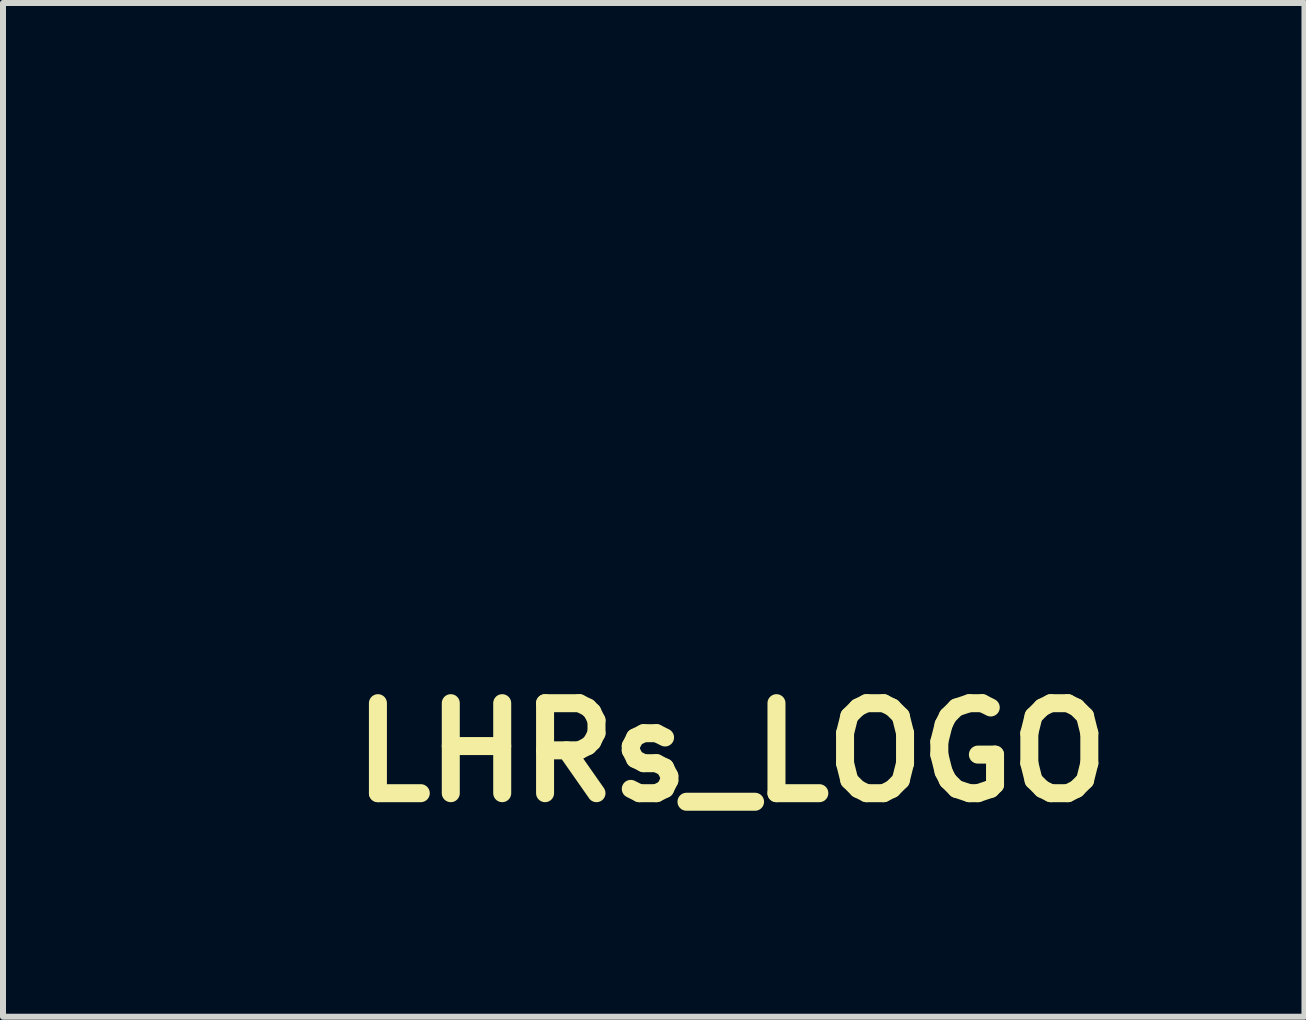
<source format=kicad_pcb>
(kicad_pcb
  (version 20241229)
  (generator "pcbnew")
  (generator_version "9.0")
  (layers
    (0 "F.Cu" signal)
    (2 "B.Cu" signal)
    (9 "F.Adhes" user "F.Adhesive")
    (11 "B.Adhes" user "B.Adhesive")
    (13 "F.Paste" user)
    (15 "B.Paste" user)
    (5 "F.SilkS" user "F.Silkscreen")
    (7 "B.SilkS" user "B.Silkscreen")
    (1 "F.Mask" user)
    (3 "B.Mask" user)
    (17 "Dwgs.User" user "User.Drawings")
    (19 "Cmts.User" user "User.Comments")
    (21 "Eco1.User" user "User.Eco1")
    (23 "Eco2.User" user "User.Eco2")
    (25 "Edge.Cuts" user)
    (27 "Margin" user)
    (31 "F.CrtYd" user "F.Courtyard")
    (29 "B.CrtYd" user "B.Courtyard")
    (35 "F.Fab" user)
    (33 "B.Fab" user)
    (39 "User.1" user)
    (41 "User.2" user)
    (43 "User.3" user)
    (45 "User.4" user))
  (footprint "LHRs_LOGO"
    (layer "F.Cu")
    (at 6.856 1.364)
    (property "Reference" "LHRs_LOGO" (at 2.286 8.128 0) (layer "F.SilkS") (effects (font (size 1.5 1.5) (thickness 0.3))))
    (attr board_only exclude_from_pos_files exclude_from_bom)
    (fp_poly (pts (xy -6.249 -0.203) (xy -6.224 0.931) (xy -5.203 0.944) (xy -4.183 0.958) (xy -4.183 1.209) (xy -4.183 1.46) (xy -5.519 1.46) (xy -6.856 1.46) (xy -6.842 0.061) (xy -6.829 -1.337) (xy -6.552 -1.337) (xy -6.274 -1.337)) (stroke (width 0) (type solid)) (fill yes) (layer "F.Mask"))
    (fp_poly (pts (xy 6.616 -0.69) (xy 6.616 -0.463) (xy 5.835 -0.463) (xy 5.054 -0.463) (xy 5.054 -0.211) (xy 5.054 0.041) (xy 5.835 0.041) (xy 6.616 0.041) (xy 6.616 0.747) (xy 6.616 1.452) (xy 5.608 1.452) (xy 4.6 1.452) (xy 4.6 1.225) (xy 4.6 0.998) (xy 5.381 0.998) (xy 6.162 0.998) (xy 6.162 0.747) (xy 6.162 0.495) (xy 5.381 0.495) (xy 4.6 0.495) (xy 4.6 -0.211) (xy 4.6 -0.917) (xy 5.608 -0.917) (xy 6.616 -0.917)) (stroke (width 0) (type solid)) (fill yes) (layer "F.Mask"))
    (fp_poly (pts (xy -0.373 -1.353) (xy -0.176 -1.337) (xy -0.163 0.061) (xy -0.15 1.46) (xy -0.476 1.46) (xy -0.803 1.46) (xy -0.817 0.893) (xy -0.832 0.326) (xy -1.926 0.312) (xy -3.02 0.299) (xy -3.035 0.867) (xy -3.049 1.435) (xy -3.365 1.45) (xy -3.681 1.465) (xy -3.667 0.064) (xy -3.654 -1.337) (xy -3.397 -1.352) (xy -3.198 -1.347) (xy -3.09 -1.305) (xy -3.084 -1.299) (xy -3.059 -1.221) (xy -3.036 -1.069) (xy -3.019 -0.866) (xy -3.013 -0.729) (xy -2.999 -0.228) (xy -1.915 -0.228) (xy -0.832 -0.228) (xy -0.817 -0.77) (xy -0.808 -1.027) (xy -0.788 -1.2) (xy -0.746 -1.303) (xy -0.67 -1.353) (xy -0.548 -1.364)) (stroke (width 0) (type solid)) (fill yes) (layer "F.Mask"))
    (fp_poly (pts (xy 1.856 -1.357) (xy 2.18 -1.353) (xy 2.648 -1.345) (xy 3.026 -1.332) (xy 3.324 -1.311) (xy 3.553 -1.278) (xy 3.723 -1.228) (xy 3.845 -1.157) (xy 3.929 -1.062) (xy 3.986 -0.938) (xy 4.027 -0.781) (xy 4.055 -0.621) (xy 4.066 -0.419) (xy 4.042 -0.196) (xy 3.992 0.012) (xy 3.921 0.173) (xy 3.877 0.228) (xy 3.813 0.294) (xy 3.813 0.346) (xy 3.88 0.427) (xy 3.889 0.436) (xy 3.946 0.511) (xy 3.982 0.609) (xy 4.005 0.754) (xy 4.021 0.971) (xy 4.022 1.007) (xy 4.044 1.46) (xy 3.71 1.46) (xy 3.377 1.46) (xy 3.377 1.164) (xy 3.364 0.958) (xy 3.322 0.814) (xy 3.272 0.736) (xy 3.168 0.603) (xy 2.214 0.603) (xy 1.26 0.603) (xy 1.26 1.032) (xy 1.26 1.46) (xy 0.932 1.46) (xy 0.605 1.46) (xy 0.605 0.075) (xy 0.605 -0.388) (xy 1.26 -0.388) (xy 1.264 -0.19) (xy 1.276 -0.033) (xy 1.292 0.059) (xy 1.298 0.07) (xy 1.358 0.081) (xy 1.502 0.089) (xy 1.715 0.094) (xy 1.978 0.095) (xy 2.277 0.091) (xy 2.279 0.091) (xy 2.615 0.084) (xy 2.866 0.076) (xy 3.045 0.064) (xy 3.166 0.049) (xy 3.245 0.028) (xy 3.295 -0.001) (xy 3.312 -0.016) (xy 3.377 -0.134) (xy 3.401 -0.326) (xy 3.402 -0.361) (xy 3.392 -0.53) (xy 3.353 -0.637) (xy 3.283 -0.712) (xy 3.233 -0.745) (xy 3.168 -0.77) (xy 3.075 -0.788) (xy 2.937 -0.799) (xy 2.739 -0.805) (xy 2.467 -0.807) (xy 2.212 -0.808) (xy 1.26 -0.808) (xy 1.26 -0.388) (xy 0.605 -0.388) (xy 0.605 -1.31) (xy 0.731 -1.341) (xy 0.814 -1.349) (xy 0.983 -1.355) (xy 1.223 -1.358) (xy 1.519 -1.359)) (stroke (width 0) (type solid)) (fill yes) (layer "F.Mask")))
  (gr_rect
    (start -3 -3)
    (end 18.692 13.896)
    (stroke (width 0.1) (type default))
    (fill no)
    (layer "Edge.Cuts")))
</source>
